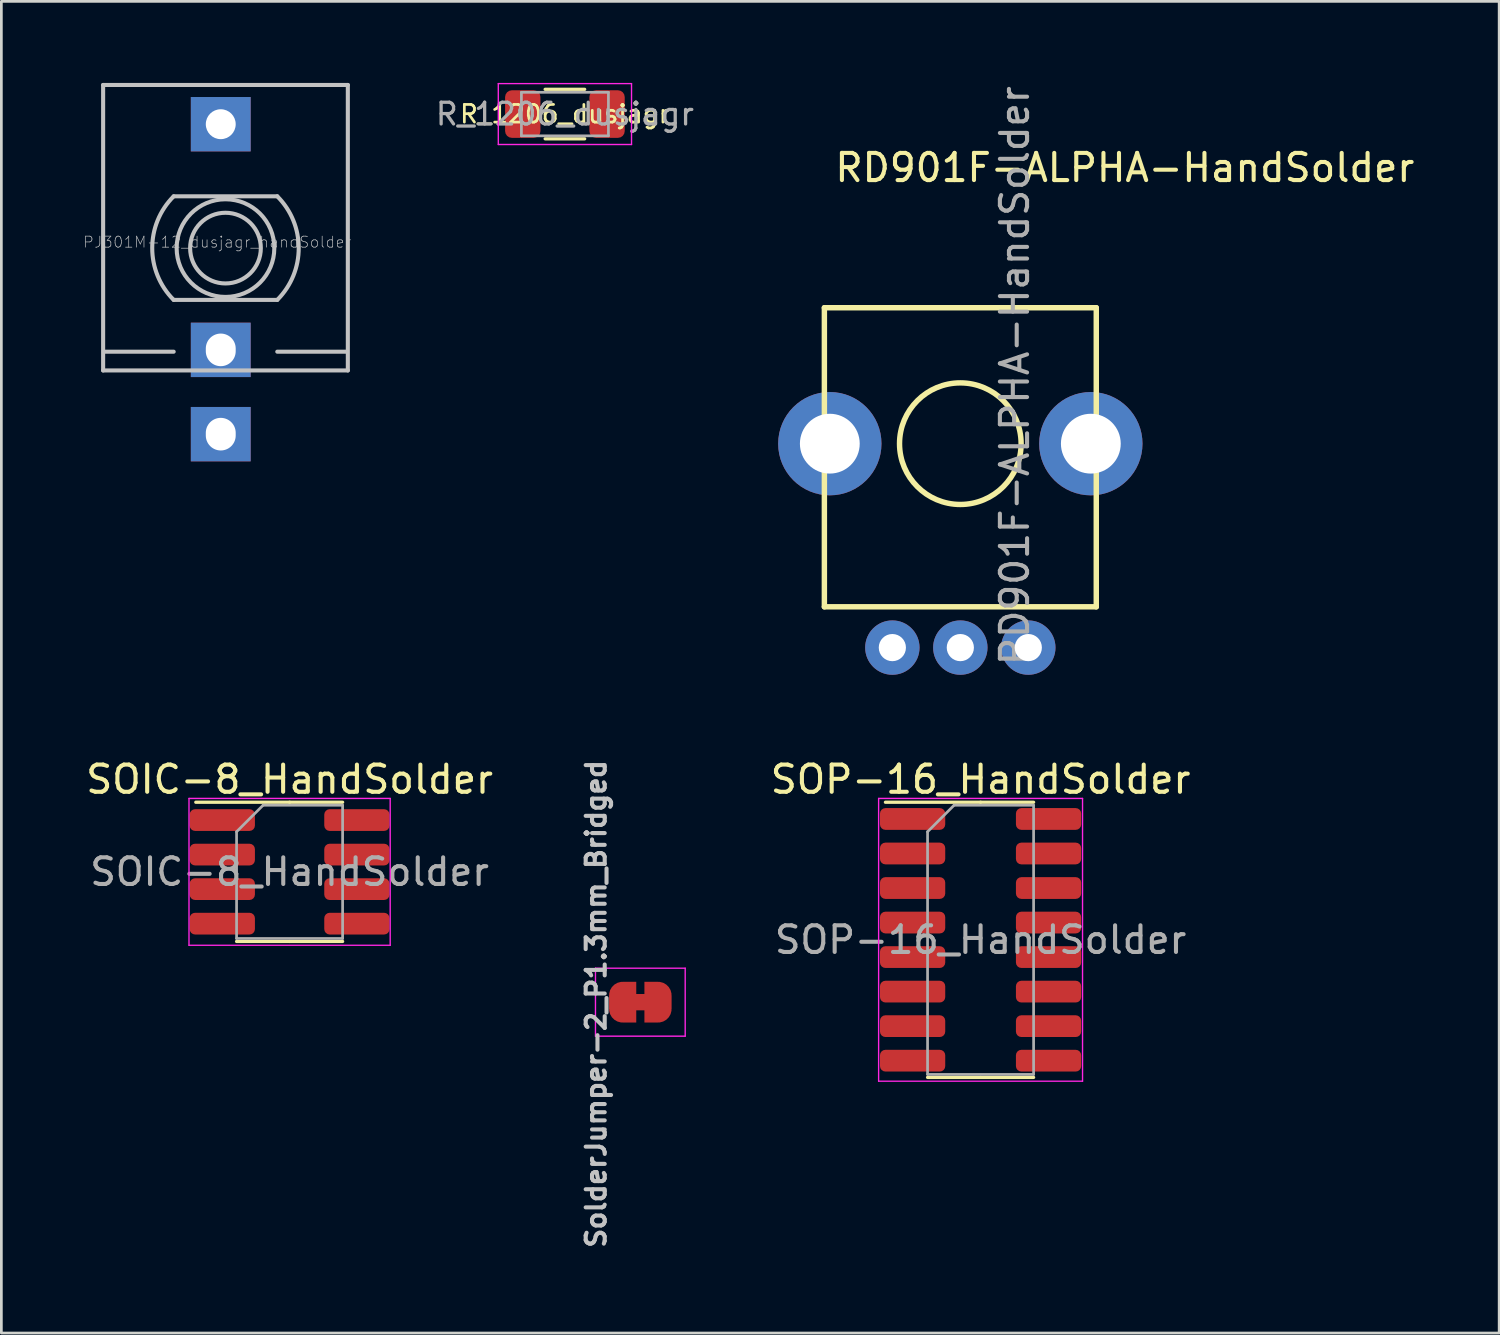
<source format=kicad_pcb>
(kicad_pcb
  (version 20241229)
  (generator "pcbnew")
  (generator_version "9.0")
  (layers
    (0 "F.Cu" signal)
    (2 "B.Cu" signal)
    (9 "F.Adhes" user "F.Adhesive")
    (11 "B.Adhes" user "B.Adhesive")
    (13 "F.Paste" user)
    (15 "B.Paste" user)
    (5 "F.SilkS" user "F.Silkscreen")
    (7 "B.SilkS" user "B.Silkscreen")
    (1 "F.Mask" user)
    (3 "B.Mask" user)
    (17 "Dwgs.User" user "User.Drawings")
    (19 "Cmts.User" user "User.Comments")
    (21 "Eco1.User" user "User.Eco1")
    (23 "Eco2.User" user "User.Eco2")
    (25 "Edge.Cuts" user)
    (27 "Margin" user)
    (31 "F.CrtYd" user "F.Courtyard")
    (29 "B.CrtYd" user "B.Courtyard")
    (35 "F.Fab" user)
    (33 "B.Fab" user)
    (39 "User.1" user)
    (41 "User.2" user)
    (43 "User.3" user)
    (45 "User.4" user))
  (footprint "PJ301M-12_dusjagr_handSolder"
    (layer "F.Cu")
    (at 5.069 6.438)
    (property "Reference" "PJ301M-12_dusjagr_handSolder" (at -0.127 -0.584 180) (layer "Dwgs.User") (effects (font (size 0.406 0.406) (thickness 0.025))))
    (attr through_hole)
    (fp_line (start -4.326 -6.363) (end -4.326 4.137) (stroke (width 0.15) (type solid)) (layer "Dwgs.User"))
    (fp_line (start -4.326 -6.363) (end 4.674 -6.363) (stroke (width 0.15) (type solid)) (layer "Dwgs.User"))
    (fp_line (start -4.326 4.137) (end 4.674 4.137) (stroke (width 0.15) (type solid)) (layer "Dwgs.User"))
    (fp_line (start -4.271 3.447) (end -1.731 3.447) (stroke (width 0.15) (type solid)) (layer "Dwgs.User"))
    (fp_line (start -1.731 -2.268) (end 2.079 -2.268) (stroke (width 0.15) (type solid)) (layer "Dwgs.User"))
    (fp_line (start 2.079 1.542) (end -1.731 1.542) (stroke (width 0.15) (type solid)) (layer "Dwgs.User"))
    (fp_line (start 2.079 3.447) (end 4.619 3.447) (stroke (width 0.15) (type solid)) (layer "Dwgs.User"))
    (fp_line (start 4.674 -6.363) (end 4.674 4.137) (stroke (width 0.15) (type solid)) (layer "Dwgs.User"))
    (fp_arc (start -1.7314 1.5423) (mid -2.520477 -0.3627) (end -1.7314 -2.2677) (stroke (width 0.15) (type solid)) (layer "Dwgs.User"))
    (fp_arc (start 2.0786 -2.2677) (mid 2.867677 -0.3627) (end 2.0786 1.5423) (stroke (width 0.15) (type solid)) (layer "Dwgs.User"))
    (fp_circle (center 0.174 -0.363) (end 1.474 -0.363) (stroke (width 0.15) (type solid)) (fill no) (layer "Dwgs.User"))
    (fp_circle (center 0.174 -0.363) (end 1.97 -0.363) (stroke (width 0.15) (type solid)) (fill no) (layer "Dwgs.User"))
    (pad "1" thru_hole rect (at 0 -4.92) (size 2.2 2) (drill oval 1.1) (layers "*.Cu" "*.Mask"))
    (pad "2" thru_hole rect (at 0 6.48) (size 2.2 2) (drill oval 1.1 1.2) (layers "*.Cu" "*.Mask"))
    (pad "TN" thru_hole rect (at 0 3.38) (size 2.2 2) (drill oval 1.1 1.2) (layers "*.Cu" "*.Mask")))
  (footprint "RD901F-ALPHA-HandSolder"
    (layer "F.Cu")
    (at 32.27 13.268)
    (property "Reference" "RD901F-ALPHA-HandSolder" (at 6.05 -10.15 0) (layer "F.SilkS") (effects (font (size 1 1) (thickness 0.15))))
    (attr through_hole)
    (fp_line (start -5 -5) (end 5 -5) (stroke (width 0.2) (type solid)) (layer "F.SilkS"))
    (fp_line (start -5 0) (end -5 -5) (stroke (width 0.2) (type solid)) (layer "F.SilkS"))
    (fp_line (start -5 6) (end -5 0) (stroke (width 0.2) (type solid)) (layer "F.SilkS"))
    (fp_line (start 5 -5) (end 5 6) (stroke (width 0.2) (type solid)) (layer "F.SilkS"))
    (fp_line (start 5 6) (end -5 6) (stroke (width 0.2) (type solid)) (layer "F.SilkS"))
    (fp_circle (center 0 0) (end 2.236 0) (stroke (width 0.2) (type solid)) (fill no) (layer "F.SilkS"))
    (fp_text user "${REFERENCE}" (at 2 -2.5 90) (layer "F.Fab") (effects (font (size 1 1) (thickness 0.15))))
    (pad "" thru_hole oval (at -4.8 0) (size 3.8 3.8) (drill oval 2.2) (layers "*.Cu" "*.Mask"))
    (pad "" thru_hole oval (at 4.8 0) (size 3.8 3.8) (drill oval 2.2) (layers "*.Cu" "*.Mask"))
    (pad "1" thru_hole circle (at 2.5 7.5) (size 2 2) (drill 1) (layers "*.Cu" "*.Mask"))
    (pad "2" thru_hole circle (at 0 7.5) (size 2 2) (drill 1) (layers "*.Cu" "*.Mask"))
    (pad "3" thru_hole circle (at -2.5 7.5) (size 2 2) (drill 1) (layers "*.Cu" "*.Mask")))
  (footprint "R_1206_dusjagr"
    (layer "F.Cu")
    (at 17.727 1.145)
    (property "Reference" "R_1206_dusjagr" (at 0 0 180) (layer "F.SilkS") (effects (font (size 0.65 0.65) (thickness 0.1))))
    (attr smd)
    (fp_line (start -0.727 -0.91) (end 0.727 -0.91) (stroke (width 0.12) (type solid)) (layer "F.SilkS"))
    (fp_line (start -0.727 0.91) (end 0.727 0.91) (stroke (width 0.12) (type solid)) (layer "F.SilkS"))
    (fp_line (start -2.45 -1.12) (end 2.45 -1.12) (stroke (width 0.05) (type solid)) (layer "F.CrtYd"))
    (fp_line (start -2.45 1.12) (end -2.45 -1.12) (stroke (width 0.05) (type solid)) (layer "F.CrtYd"))
    (fp_line (start 2.45 -1.12) (end 2.45 1.12) (stroke (width 0.05) (type solid)) (layer "F.CrtYd"))
    (fp_line (start 2.45 1.12) (end -2.45 1.12) (stroke (width 0.05) (type solid)) (layer "F.CrtYd"))
    (fp_line (start -1.6 -0.8) (end 1.6 -0.8) (stroke (width 0.1) (type solid)) (layer "F.Fab"))
    (fp_line (start -1.6 0.8) (end -1.6 -0.8) (stroke (width 0.1) (type solid)) (layer "F.Fab"))
    (fp_line (start 1.6 -0.8) (end 1.6 0.8) (stroke (width 0.1) (type solid)) (layer "F.Fab"))
    (fp_line (start 1.6 0.8) (end -1.6 0.8) (stroke (width 0.1) (type solid)) (layer "F.Fab"))
    (fp_text user "${REFERENCE}" (at 0 0 180) (layer "F.Fab") (effects (font (size 0.8 0.8) (thickness 0.12))))
    (pad "1" smd roundrect (at -1.55 0) (size 1.3 1.75) (layers "F.Cu" "F.Mask" "F.Paste") (roundrect_rratio 0.192))
    (pad "2" smd roundrect (at 1.55 0) (size 1.3 1.75) (layers "F.Cu" "F.Mask" "F.Paste") (roundrect_rratio 0.192)))
  (footprint "SolderJumper-2_P1.3mm_Bridged"
    (layer "F.Cu")
    (at 20.501 33.809)
    (property "Reference" "SolderJumper-2_P1.3mm_Bridged" (at -1.626 0.064 90) (layer "Dwgs.User") (effects (font (size 0.7 0.7) (thickness 0.15))))
    (attr exclude_from_pos_files exclude_from_bom)
    (fp_poly (pts (xy 0.25 -0.3) (xy -0.25 -0.3) (xy -0.25 0.3) (xy 0.25 0.3)) (stroke (width 0) (type solid)) (fill yes) (layer "F.Cu"))
    (fp_line (start -0.33 -0.013) (end 0.305 -0.013) (stroke (width 1) (type solid)) (layer "F.Mask"))
    (fp_line (start -1.65 -1.25) (end -1.65 1.25) (stroke (width 0.05) (type solid)) (layer "F.CrtYd"))
    (fp_line (start -1.65 -1.25) (end 1.65 -1.25) (stroke (width 0.05) (type solid)) (layer "F.CrtYd"))
    (fp_line (start 1.65 1.25) (end -1.65 1.25) (stroke (width 0.05) (type solid)) (layer "F.CrtYd"))
    (fp_line (start 1.65 1.25) (end 1.65 -1.25) (stroke (width 0.05) (type solid)) (layer "F.CrtYd"))
    (pad "1" smd custom (at -0.65 0) (size 1 0.5) (layers "F.Cu" "F.Mask") (options (anchor rect)) (primitives (gr_circle (center 0 0.25) (end 0.5 0.25) (width 0) (fill yes)) (gr_circle (center 0 -0.25) (end 0.5 -0.25) (width 0) (fill yes)) (gr_poly (pts (xy 0 -0.75) (xy 0.5 -0.75) (xy 0.5 0.75) (xy 0 0.75)) (width 0) (fill yes))))
    (pad "2" smd custom (at 0.65 0) (size 1 0.5) (layers "F.Cu" "F.Mask") (options (anchor rect)) (primitives (gr_circle (center 0 0.25) (end 0.5 0.25) (width 0) (fill yes)) (gr_circle (center 0 -0.25) (end 0.5 -0.25) (width 0) (fill yes)) (gr_poly (pts (xy 0 -0.75) (xy -0.5 -0.75) (xy -0.5 0.75) (xy 0 0.75)) (width 0) (fill yes)))))
  (footprint "SOP-16_HandSolder"
    (layer "F.Cu")
    (at 33.015 31.516)
    (property "Reference" "SOP-16_HandSolder" (at 0 -5.9 0) (layer "F.SilkS") (effects (font (size 1 1) (thickness 0.15))))
    (attr smd)
    (fp_line (start 0 -5.06) (end -3.5 -5.06) (stroke (width 0.12) (type solid)) (layer "F.SilkS"))
    (fp_line (start 0 -5.06) (end 1.95 -5.06) (stroke (width 0.12) (type solid)) (layer "F.SilkS"))
    (fp_line (start 0 5.06) (end -1.95 5.06) (stroke (width 0.12) (type solid)) (layer "F.SilkS"))
    (fp_line (start 0 5.06) (end 1.95 5.06) (stroke (width 0.12) (type solid)) (layer "F.SilkS"))
    (fp_line (start -3.75 -5.2) (end -3.75 5.2) (stroke (width 0.05) (type solid)) (layer "F.CrtYd"))
    (fp_line (start -3.75 5.2) (end 3.75 5.2) (stroke (width 0.05) (type solid)) (layer "F.CrtYd"))
    (fp_line (start 3.75 -5.2) (end -3.75 -5.2) (stroke (width 0.05) (type solid)) (layer "F.CrtYd"))
    (fp_line (start 3.75 5.2) (end 3.75 -5.2) (stroke (width 0.05) (type solid)) (layer "F.CrtYd"))
    (fp_line (start -1.95 -3.975) (end -0.975 -4.95) (stroke (width 0.1) (type solid)) (layer "F.Fab"))
    (fp_line (start -1.95 4.95) (end -1.95 -3.975) (stroke (width 0.1) (type solid)) (layer "F.Fab"))
    (fp_line (start -0.975 -4.95) (end 1.95 -4.95) (stroke (width 0.1) (type solid)) (layer "F.Fab"))
    (fp_line (start 1.95 -4.95) (end 1.95 4.95) (stroke (width 0.1) (type solid)) (layer "F.Fab"))
    (fp_line (start 1.95 4.95) (end -1.95 4.95) (stroke (width 0.1) (type solid)) (layer "F.Fab"))
    (fp_text user "${REFERENCE}" (at 0 0 0) (layer "F.Fab") (effects (font (size 0.98 0.98) (thickness 0.15))))
    (pad "1" smd roundrect (at -2.5 -4.445) (size 2.4 0.8) (layers "F.Cu" "F.Mask" "F.Paste") (roundrect_rratio 0.25))
    (pad "2" smd roundrect (at -2.5 -3.175) (size 2.4 0.8) (layers "F.Cu" "F.Mask" "F.Paste") (roundrect_rratio 0.25))
    (pad "3" smd roundrect (at -2.5 -1.905) (size 2.4 0.8) (layers "F.Cu" "F.Mask" "F.Paste") (roundrect_rratio 0.25))
    (pad "4" smd roundrect (at -2.5 -0.635) (size 2.4 0.8) (layers "F.Cu" "F.Mask" "F.Paste") (roundrect_rratio 0.25))
    (pad "5" smd roundrect (at -2.5 0.635) (size 2.4 0.8) (layers "F.Cu" "F.Mask" "F.Paste") (roundrect_rratio 0.25))
    (pad "6" smd roundrect (at -2.5 1.905) (size 2.4 0.8) (layers "F.Cu" "F.Mask" "F.Paste") (roundrect_rratio 0.25))
    (pad "7" smd roundrect (at -2.5 3.175) (size 2.4 0.8) (layers "F.Cu" "F.Mask" "F.Paste") (roundrect_rratio 0.25))
    (pad "8" smd roundrect (at -2.5 4.445) (size 2.4 0.8) (layers "F.Cu" "F.Mask" "F.Paste") (roundrect_rratio 0.25))
    (pad "9" smd roundrect (at 2.5 4.445) (size 2.4 0.8) (layers "F.Cu" "F.Mask" "F.Paste") (roundrect_rratio 0.25))
    (pad "10" smd roundrect (at 2.5 3.175) (size 2.4 0.8) (layers "F.Cu" "F.Mask" "F.Paste") (roundrect_rratio 0.25))
    (pad "11" smd roundrect (at 2.5 1.905) (size 2.4 0.8) (layers "F.Cu" "F.Mask" "F.Paste") (roundrect_rratio 0.25))
    (pad "12" smd roundrect (at 2.5 0.635) (size 2.4 0.8) (layers "F.Cu" "F.Mask" "F.Paste") (roundrect_rratio 0.25))
    (pad "13" smd roundrect (at 2.5 -0.635) (size 2.4 0.8) (layers "F.Cu" "F.Mask" "F.Paste") (roundrect_rratio 0.25))
    (pad "14" smd roundrect (at 2.5 -1.905) (size 2.4 0.8) (layers "F.Cu" "F.Mask" "F.Paste") (roundrect_rratio 0.25))
    (pad "15" smd roundrect (at 2.5 -3.175) (size 2.4 0.8) (layers "F.Cu" "F.Mask" "F.Paste") (roundrect_rratio 0.25))
    (pad "16" smd roundrect (at 2.5 -4.445) (size 2.4 0.8) (layers "F.Cu" "F.Mask" "F.Paste") (roundrect_rratio 0.25)))
  (footprint "SOIC-8_HandSolder"
    (layer "F.Cu")
    (at 7.601 29.016)
    (property "Reference" "SOIC-8_HandSolder" (at 0 -3.4 0) (layer "F.SilkS") (effects (font (size 1 1) (thickness 0.15))))
    (attr smd)
    (fp_line (start 0 -2.56) (end -3.45 -2.56) (stroke (width 0.12) (type solid)) (layer "F.SilkS"))
    (fp_line (start 0 -2.56) (end 1.95 -2.56) (stroke (width 0.12) (type solid)) (layer "F.SilkS"))
    (fp_line (start 0 2.56) (end -1.95 2.56) (stroke (width 0.12) (type solid)) (layer "F.SilkS"))
    (fp_line (start 0 2.56) (end 1.95 2.56) (stroke (width 0.12) (type solid)) (layer "F.SilkS"))
    (fp_line (start -3.7 -2.7) (end -3.7 2.7) (stroke (width 0.05) (type solid)) (layer "F.CrtYd"))
    (fp_line (start -3.7 2.7) (end 3.7 2.7) (stroke (width 0.05) (type solid)) (layer "F.CrtYd"))
    (fp_line (start 3.7 -2.7) (end -3.7 -2.7) (stroke (width 0.05) (type solid)) (layer "F.CrtYd"))
    (fp_line (start 3.7 2.7) (end 3.7 -2.7) (stroke (width 0.05) (type solid)) (layer "F.CrtYd"))
    (fp_line (start -1.95 -1.475) (end -0.975 -2.45) (stroke (width 0.1) (type solid)) (layer "F.Fab"))
    (fp_line (start -1.95 2.45) (end -1.95 -1.475) (stroke (width 0.1) (type solid)) (layer "F.Fab"))
    (fp_line (start -0.975 -2.45) (end 1.95 -2.45) (stroke (width 0.1) (type solid)) (layer "F.Fab"))
    (fp_line (start 1.95 -2.45) (end 1.95 2.45) (stroke (width 0.1) (type solid)) (layer "F.Fab"))
    (fp_line (start 1.95 2.45) (end -1.95 2.45) (stroke (width 0.1) (type solid)) (layer "F.Fab"))
    (fp_text user "${REFERENCE}" (at 0 0 0) (layer "F.Fab") (effects (font (size 0.98 0.98) (thickness 0.15))))
    (pad "1" smd roundrect (at -2.475 -1.905) (size 2.4 0.8) (layers "F.Cu" "F.Mask" "F.Paste") (roundrect_rratio 0.25))
    (pad "2" smd roundrect (at -2.475 -0.635) (size 2.4 0.8) (layers "F.Cu" "F.Mask" "F.Paste") (roundrect_rratio 0.25))
    (pad "3" smd roundrect (at -2.475 0.635) (size 2.4 0.8) (layers "F.Cu" "F.Mask" "F.Paste") (roundrect_rratio 0.25))
    (pad "4" smd roundrect (at -2.475 1.905) (size 2.4 0.8) (layers "F.Cu" "F.Mask" "F.Paste") (roundrect_rratio 0.25))
    (pad "5" smd roundrect (at 2.475 1.905) (size 2.4 0.8) (layers "F.Cu" "F.Mask" "F.Paste") (roundrect_rratio 0.25))
    (pad "6" smd roundrect (at 2.475 0.635) (size 2.4 0.8) (layers "F.Cu" "F.Mask" "F.Paste") (roundrect_rratio 0.25))
    (pad "7" smd roundrect (at 2.475 -0.635) (size 2.4 0.8) (layers "F.Cu" "F.Mask" "F.Paste") (roundrect_rratio 0.25))
    (pad "8" smd roundrect (at 2.475 -1.905) (size 2.4 0.8) (layers "F.Cu" "F.Mask" "F.Paste") (roundrect_rratio 0.25)))
  (gr_rect
    (start -3 -3)
    (end 52.088 45.978)
    (stroke (width 0.1) (type default))
    (fill no)
    (layer "Edge.Cuts")))
</source>
